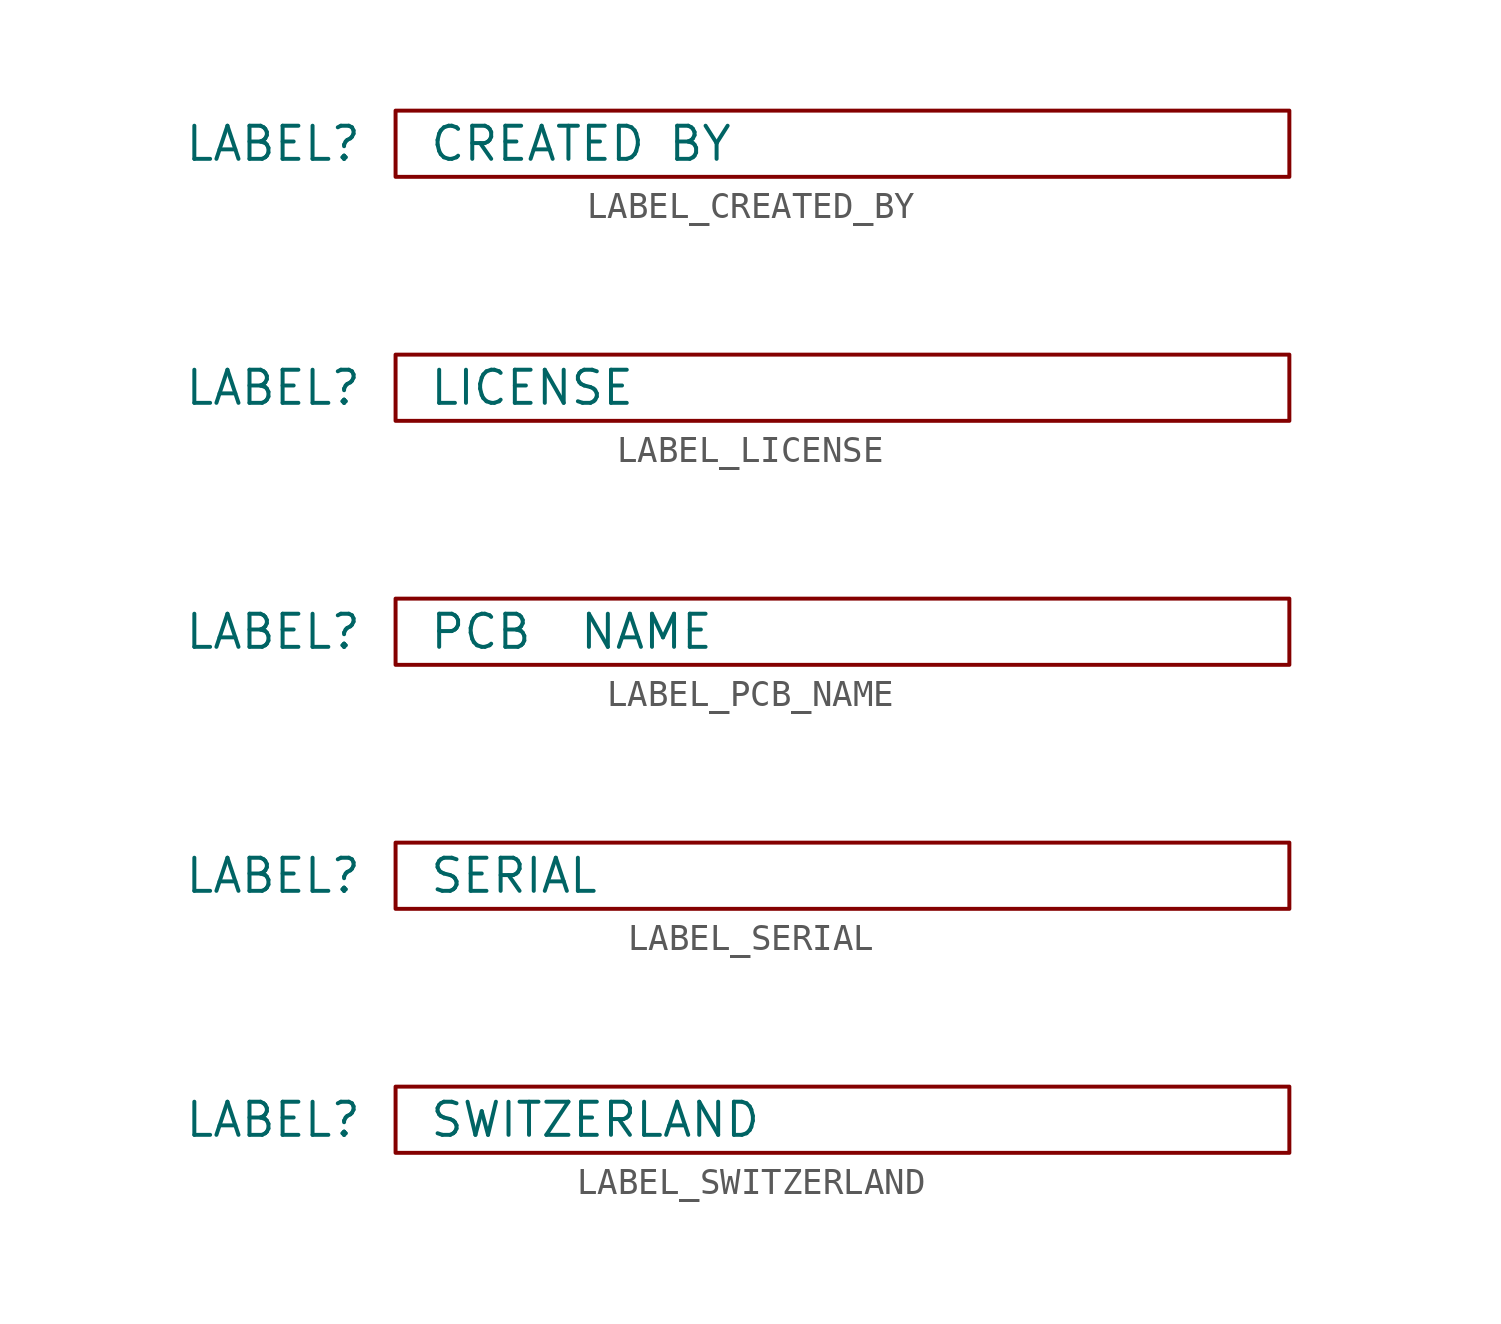
<source format=kicad_sym>
(kicad_symbol_lib
  (version 20241209)
  (generator "kicad_symbol_editor")
  (generator_version "9.0")
  (symbol "LABEL_CREATED_BY"
    (property "Reference" "LABEL"
      (at -1.27 0 0)
      (do_not_autoplace)
      (effects (font (size 1.27 1.27)) (justify right)))
    (property "Value" "CREATED BY"
      (at 1.27 0 0)
      (do_not_autoplace)
      (effects (font (size 1.27 1.27)) (justify left)))
    (symbol "LABEL_CREATED_BY_0_1"
      (rectangle (start 0 1.27) (end 34.29 -1.27) (stroke (width 0) (type default)) (fill (type none)))))
  (symbol "LABEL_LICENSE"
    (property "Reference" "LABEL"
      (at -1.27 0 0)
      (do_not_autoplace)
      (effects (font (size 1.27 1.27)) (justify right)))
    (property "Value" "LICENSE"
      (at 1.27 0 0)
      (do_not_autoplace)
      (effects (font (size 1.27 1.27)) (justify left)))
    (symbol "LABEL_LICENSE_0_1"
      (rectangle (start 0 1.27) (end 34.29 -1.27) (stroke (width 0) (type default)) (fill (type none)))))
  (symbol "LABEL_PCB_NAME"
    (property "Reference" "LABEL"
      (at -1.27 0 0)
      (do_not_autoplace)
      (effects (font (size 1.27 1.27)) (justify right)))
    (property "Value" "PCB  NAME"
      (at 1.27 0 0)
      (do_not_autoplace)
      (effects (font (size 1.27 1.27)) (justify left)))
    (symbol "LABEL_PCB_NAME_0_1"
      (rectangle (start 0 1.27) (end 34.29 -1.27) (stroke (width 0) (type default)) (fill (type none)))))
  (symbol "LABEL_SERIAL"
    (property "Reference" "LABEL"
      (at -1.27 0 0)
      (do_not_autoplace)
      (effects (font (size 1.27 1.27)) (justify right)))
    (property "Value" "SERIAL"
      (at 1.27 0 0)
      (do_not_autoplace)
      (effects (font (size 1.27 1.27)) (justify left)))
    (symbol "LABEL_SERIAL_0_1"
      (rectangle (start 0 1.27) (end 34.29 -1.27) (stroke (width 0) (type default)) (fill (type none)))))
  (symbol "LABEL_SWITZERLAND"
    (property "Reference" "LABEL"
      (at -1.27 0 0)
      (do_not_autoplace)
      (effects (font (size 1.27 1.27)) (justify right)))
    (property "Value" "SWITZERLAND"
      (at 1.27 0 0)
      (do_not_autoplace)
      (effects (font (size 1.27 1.27)) (justify left)))
    (symbol "LABEL_SWITZERLAND_0_1"
      (rectangle (start 0 1.27) (end 34.29 -1.27) (stroke (width 0) (type default)) (fill (type none))))))
</source>
